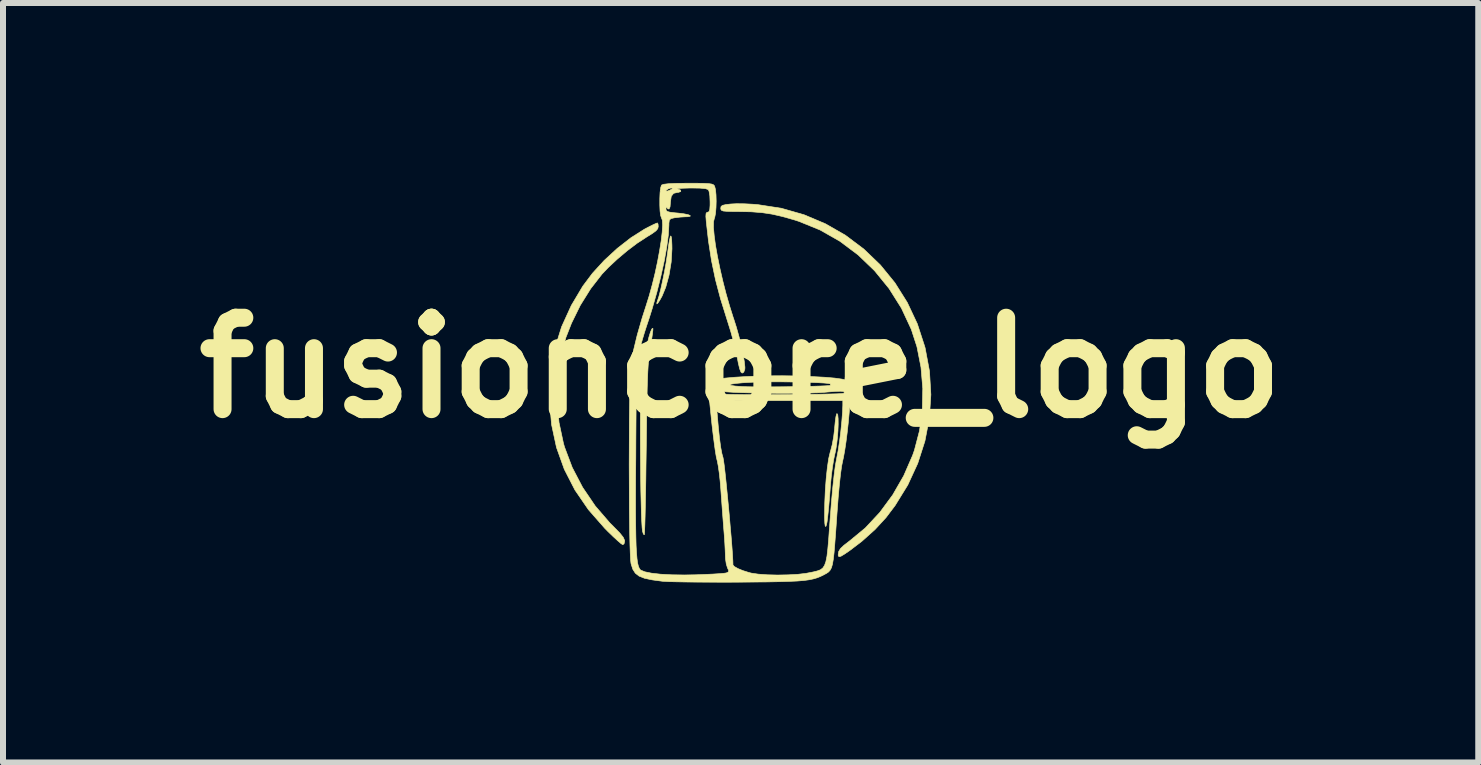
<source format=kicad_pcb>
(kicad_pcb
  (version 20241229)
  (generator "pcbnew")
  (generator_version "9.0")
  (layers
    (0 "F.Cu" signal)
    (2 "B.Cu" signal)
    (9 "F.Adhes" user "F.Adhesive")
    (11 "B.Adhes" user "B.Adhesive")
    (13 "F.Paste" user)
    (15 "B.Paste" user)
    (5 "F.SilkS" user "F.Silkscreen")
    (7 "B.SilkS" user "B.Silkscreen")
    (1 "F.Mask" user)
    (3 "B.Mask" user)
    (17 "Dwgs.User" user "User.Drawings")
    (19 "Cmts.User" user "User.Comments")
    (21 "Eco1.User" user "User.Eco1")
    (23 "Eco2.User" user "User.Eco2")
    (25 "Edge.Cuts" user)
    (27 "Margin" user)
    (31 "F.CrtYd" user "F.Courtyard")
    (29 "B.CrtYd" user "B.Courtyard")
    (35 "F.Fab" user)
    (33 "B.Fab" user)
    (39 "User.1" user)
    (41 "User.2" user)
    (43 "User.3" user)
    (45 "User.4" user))
  (footprint "fusioncore_logo"
    (layer "F.Cu")
    (at 9.296 3.081)
    (property "Reference" "fusioncore_logo" (at 0 0 0) (layer "F.SilkS") (effects (font (size 1.524 1.524) (thickness 0.3))))
    (attr through_hole)
    (fp_poly (pts (xy -1.156 -2.185) (xy -1.149 -2.131) (xy -1.145 -2.046) (xy -1.144 -1.982) (xy -1.157 -1.763) (xy -1.193 -1.544) (xy -1.248 -1.343) (xy -1.309 -1.195) (xy -1.348 -1.125) (xy -1.378 -1.08) (xy -1.396 -1.065) (xy -1.396 -1.085) (xy -1.387 -1.112) (xy -1.361 -1.192) (xy -1.331 -1.309) (xy -1.3 -1.45) (xy -1.269 -1.601) (xy -1.242 -1.749) (xy -1.222 -1.88) (xy -1.217 -1.916) (xy -1.202 -2.027) (xy -1.187 -2.119) (xy -1.173 -2.18) (xy -1.165 -2.198) (xy -1.156 -2.185)) (stroke (width 0.01) (type solid)) (fill yes) (layer "F.SilkS"))
    (fp_poly (pts (xy 1.62 0.786) (xy 1.626 0.849) (xy 1.627 0.941) (xy 1.623 1.05) (xy 1.614 1.167) (xy 1.601 1.28) (xy 1.585 1.379) (xy 1.574 1.426) (xy 1.554 1.519) (xy 1.533 1.646) (xy 1.514 1.789) (xy 1.501 1.922) (xy 1.485 2.131) (xy 1.471 2.294) (xy 1.459 2.419) (xy 1.449 2.51) (xy 1.441 2.573) (xy 1.432 2.614) (xy 1.424 2.639) (xy 1.421 2.644) (xy 1.411 2.641) (xy 1.404 2.592) (xy 1.4 2.503) (xy 1.4 2.466) (xy 1.403 2.255) (xy 1.412 2.044) (xy 1.427 1.845) (xy 1.446 1.665) (xy 1.468 1.515) (xy 1.494 1.405) (xy 1.5 1.386) (xy 1.528 1.279) (xy 1.552 1.145) (xy 1.568 1.007) (xy 1.568 0.998) (xy 1.578 0.896) (xy 1.589 0.816) (xy 1.601 0.77) (xy 1.607 0.763) (xy 1.62 0.786)) (stroke (width 0.01) (type solid)) (fill yes) (layer "F.SilkS"))
    (fp_poly (pts (xy -1.462 -0.657) (xy -1.462 -0.63) (xy -1.47 -0.562) (xy -1.484 -0.464) (xy -1.503 -0.347) (xy -1.504 -0.342) (xy -1.516 -0.271) (xy -1.525 -0.199) (xy -1.534 -0.121) (xy -1.541 -0.033) (xy -1.547 0.071) (xy -1.552 0.195) (xy -1.557 0.345) (xy -1.561 0.525) (xy -1.565 0.74) (xy -1.568 0.995) (xy -1.572 1.294) (xy -1.573 1.365) (xy -1.577 1.627) (xy -1.58 1.874) (xy -1.584 2.101) (xy -1.588 2.303) (xy -1.592 2.476) (xy -1.596 2.615) (xy -1.6 2.715) (xy -1.603 2.772) (xy -1.605 2.783) (xy -1.62 2.773) (xy -1.635 2.726) (xy -1.636 2.722) (xy -1.642 2.663) (xy -1.648 2.561) (xy -1.654 2.421) (xy -1.658 2.25) (xy -1.663 2.054) (xy -1.666 1.84) (xy -1.668 1.616) (xy -1.67 1.386) (xy -1.671 1.158) (xy -1.671 0.939) (xy -1.67 0.734) (xy -1.667 0.552) (xy -1.664 0.397) (xy -1.66 0.277) (xy -1.655 0.203) (xy -1.637 0.053) (xy -1.613 -0.1) (xy -1.587 -0.249) (xy -1.559 -0.385) (xy -1.531 -0.502) (xy -1.504 -0.591) (xy -1.481 -0.646) (xy -1.463 -0.658) (xy -1.462 -0.657)) (stroke (width 0.01) (type solid)) (fill yes) (layer "F.SilkS"))
    (fp_poly (pts (xy -1.376 -2.394) (xy -1.373 -2.354) (xy -1.381 -2.319) (xy -1.411 -2.283) (xy -1.471 -2.239) (xy -1.568 -2.179) (xy -1.575 -2.174) (xy -1.724 -2.077) (xy -1.888 -1.953) (xy -2.054 -1.813) (xy -2.206 -1.671) (xy -2.311 -1.561) (xy -2.499 -1.319) (xy -2.672 -1.042) (xy -2.819 -0.743) (xy -2.913 -0.503) (xy -3.002 -0.168) (xy -3.051 0.187) (xy -3.06 0.551) (xy -3.027 0.912) (xy -2.953 1.26) (xy -2.935 1.322) (xy -2.807 1.662) (xy -2.634 1.993) (xy -2.423 2.304) (xy -2.18 2.586) (xy -2.113 2.653) (xy -2.015 2.753) (xy -1.956 2.827) (xy -1.933 2.88) (xy -1.932 2.888) (xy -1.943 2.935) (xy -1.964 2.949) (xy -1.992 2.932) (xy -2.048 2.884) (xy -2.125 2.813) (xy -2.217 2.724) (xy -2.264 2.676) (xy -2.537 2.365) (xy -2.762 2.037) (xy -2.939 1.692) (xy -3.069 1.329) (xy -3.151 0.948) (xy -3.186 0.549) (xy -3.187 0.458) (xy -3.165 0.061) (xy -3.098 -0.318) (xy -2.984 -0.683) (xy -2.822 -1.039) (xy -2.631 -1.36) (xy -2.469 -1.576) (xy -2.274 -1.789) (xy -2.056 -1.99) (xy -1.829 -2.167) (xy -1.604 -2.31) (xy -1.545 -2.341) (xy -1.468 -2.38) (xy -1.411 -2.406) (xy -1.386 -2.415) (xy -1.376 -2.394)) (stroke (width 0.01) (type solid)) (fill yes) (layer "F.SilkS"))
    (fp_poly (pts (xy 0.057 -2.734) (xy 0.196 -2.727) (xy 0.285 -2.72) (xy 0.68 -2.659) (xy 1.058 -2.551) (xy 1.415 -2.4) (xy 1.748 -2.209) (xy 2.054 -1.979) (xy 2.33 -1.714) (xy 2.573 -1.416) (xy 2.779 -1.088) (xy 2.946 -0.733) (xy 3.07 -0.353) (xy 3.076 -0.332) (xy 3.149 0.057) (xy 3.172 0.448) (xy 3.147 0.837) (xy 3.073 1.221) (xy 2.953 1.594) (xy 2.787 1.954) (xy 2.576 2.296) (xy 2.425 2.496) (xy 2.242 2.695) (xy 2.022 2.892) (xy 1.82 3.046) (xy 1.729 3.108) (xy 1.672 3.142) (xy 1.64 3.149) (xy 1.628 3.131) (xy 1.627 3.117) (xy 1.635 3.064) (xy 1.665 3.014) (xy 1.724 2.958) (xy 1.814 2.889) (xy 2.078 2.671) (xy 2.32 2.412) (xy 2.536 2.119) (xy 2.72 1.799) (xy 2.868 1.459) (xy 2.898 1.373) (xy 2.983 1.048) (xy 3.029 0.702) (xy 3.037 0.346) (xy 3.007 -0.009) (xy 2.94 -0.35) (xy 2.846 -0.64) (xy 2.681 -0.994) (xy 2.475 -1.321) (xy 2.233 -1.618) (xy 1.958 -1.882) (xy 1.654 -2.11) (xy 1.325 -2.297) (xy 0.974 -2.44) (xy 0.903 -2.463) (xy 0.7 -2.521) (xy 0.525 -2.561) (xy 0.359 -2.586) (xy 0.183 -2.6) (xy -0.006 -2.604) (xy -0.14 -2.605) (xy -0.23 -2.608) (xy -0.287 -2.613) (xy -0.316 -2.623) (xy -0.328 -2.639) (xy -0.331 -2.66) (xy -0.325 -2.69) (xy -0.3 -2.708) (xy -0.245 -2.721) (xy -0.166 -2.73) (xy -0.071 -2.735) (xy 0.057 -2.734)) (stroke (width 0.01) (type solid)) (fill yes) (layer "F.SilkS"))
    (fp_poly (pts (xy -0.718 -3.076) (xy -0.607 -3.074) (xy -0.531 -3.07) (xy -0.483 -3.063) (xy -0.454 -3.052) (xy -0.438 -3.036) (xy -0.433 -3.027) (xy -0.419 -2.973) (xy -0.41 -2.885) (xy -0.407 -2.779) (xy -0.41 -2.671) (xy -0.418 -2.575) (xy -0.431 -2.508) (xy -0.437 -2.493) (xy -0.451 -2.436) (xy -0.452 -2.336) (xy -0.44 -2.202) (xy -0.418 -2.038) (xy -0.385 -1.853) (xy -0.344 -1.653) (xy -0.296 -1.444) (xy -0.242 -1.234) (xy -0.183 -1.029) (xy -0.122 -0.835) (xy -0.116 -0.819) (xy -0.071 -0.678) (xy -0.028 -0.525) (xy 0.01 -0.371) (xy 0.041 -0.226) (xy 0.062 -0.103) (xy 0.072 -0.011) (xy 0.071 0.023) (xy 0.053 0.073) (xy 0.027 0.089) (xy 0.006 0.072) (xy -0.015 0.019) (xy -0.038 -0.076) (xy -0.055 -0.166) (xy -0.08 -0.286) (xy -0.118 -0.437) (xy -0.163 -0.601) (xy -0.213 -0.761) (xy -0.226 -0.802) (xy -0.334 -1.148) (xy -0.419 -1.47) (xy -0.485 -1.786) (xy -0.536 -2.116) (xy -0.572 -2.434) (xy -0.579 -2.523) (xy -0.576 -2.571) (xy -0.562 -2.591) (xy -0.548 -2.593) (xy -0.526 -2.603) (xy -0.514 -2.639) (xy -0.509 -2.71) (xy -0.509 -2.766) (xy -0.513 -2.865) (xy -0.525 -2.938) (xy -0.539 -2.97) (xy -0.584 -2.986) (xy -0.679 -2.995) (xy -0.824 -2.997) (xy -0.838 -2.997) (xy -0.941 -2.994) (xy -1.014 -2.991) (xy -1.052 -2.986) (xy -1.049 -2.982) (xy -1.001 -2.962) (xy -0.997 -2.938) (xy -1.037 -2.924) (xy -1.05 -2.924) (xy -1.117 -2.908) (xy -1.156 -2.858) (xy -1.169 -2.767) (xy -1.17 -2.754) (xy -1.176 -2.682) (xy -1.193 -2.646) (xy -1.215 -2.651) (xy -1.229 -2.676) (xy -1.239 -2.681) (xy -1.244 -2.652) (xy -1.241 -2.624) (xy -1.222 -2.606) (xy -1.179 -2.594) (xy -1.099 -2.584) (xy -1.042 -2.579) (xy -0.946 -2.567) (xy -0.876 -2.553) (xy -0.84 -2.538) (xy -0.841 -2.525) (xy -0.885 -2.518) (xy -0.922 -2.517) (xy -1.006 -2.512) (xy -1.096 -2.501) (xy -1.1 -2.501) (xy -1.161 -2.487) (xy -1.188 -2.462) (xy -1.195 -2.409) (xy -1.195 -2.384) (xy -1.204 -2.218) (xy -1.231 -2.014) (xy -1.273 -1.781) (xy -1.329 -1.526) (xy -1.396 -1.259) (xy -1.473 -0.989) (xy -1.524 -0.826) (xy -1.567 -0.698) (xy -1.603 -0.586) (xy -1.633 -0.486) (xy -1.659 -0.394) (xy -1.68 -0.304) (xy -1.697 -0.21) (xy -1.711 -0.11) (xy -1.721 0.004) (xy -1.729 0.135) (xy -1.735 0.289) (xy -1.739 0.47) (xy -1.742 0.684) (xy -1.744 0.935) (xy -1.746 1.229) (xy -1.747 1.47) (xy -1.75 1.826) (xy -1.751 2.134) (xy -1.751 2.399) (xy -1.749 2.623) (xy -1.746 2.809) (xy -1.742 2.963) (xy -1.735 3.086) (xy -1.727 3.182) (xy -1.717 3.254) (xy -1.704 3.307) (xy -1.689 3.343) (xy -1.672 3.367) (xy -1.665 3.373) (xy -1.597 3.401) (xy -1.485 3.424) (xy -1.334 3.441) (xy -1.149 3.451) (xy -0.937 3.454) (xy -0.749 3.451) (xy -0.598 3.445) (xy -0.462 3.439) (xy -0.35 3.432) (xy -0.272 3.425) (xy -0.238 3.42) (xy -0.202 3.403) (xy -0.2 3.376) (xy -0.219 3.335) (xy -0.239 3.27) (xy -0.252 3.181) (xy -0.254 3.127) (xy -0.257 3.043) (xy -0.263 2.926) (xy -0.272 2.793) (xy -0.28 2.695) (xy -0.291 2.553) (xy -0.304 2.382) (xy -0.317 2.203) (xy -0.329 2.037) (xy -0.329 2.034) (xy -0.341 1.89) (xy -0.356 1.753) (xy -0.373 1.636) (xy -0.389 1.552) (xy -0.393 1.538) (xy -0.406 1.481) (xy -0.422 1.384) (xy -0.44 1.254) (xy -0.459 1.104) (xy -0.478 0.942) (xy -0.495 0.777) (xy -0.511 0.62) (xy -0.518 0.547) (xy -0.408 0.547) (xy -0.393 0.737) (xy -0.372 0.979) (xy -0.352 1.173) (xy -0.332 1.323) (xy -0.311 1.434) (xy -0.293 1.497) (xy -0.285 1.54) (xy -0.273 1.626) (xy -0.259 1.747) (xy -0.243 1.897) (xy -0.226 2.068) (xy -0.208 2.252) (xy -0.19 2.442) (xy -0.174 2.631) (xy -0.158 2.811) (xy -0.145 2.974) (xy -0.135 3.114) (xy -0.129 3.222) (xy -0.127 3.287) (xy -0.105 3.313) (xy -0.045 3.347) (xy 0.038 3.381) (xy 0.133 3.411) (xy 0.178 3.423) (xy 0.294 3.44) (xy 0.445 3.451) (xy 0.616 3.455) (xy 0.79 3.452) (xy 0.954 3.443) (xy 1.09 3.427) (xy 1.131 3.419) (xy 1.213 3.403) (xy 1.278 3.387) (xy 1.33 3.368) (xy 1.369 3.339) (xy 1.399 3.295) (xy 1.422 3.23) (xy 1.44 3.14) (xy 1.454 3.019) (xy 1.468 2.861) (xy 1.482 2.661) (xy 1.493 2.514) (xy 1.515 2.235) (xy 1.537 1.992) (xy 1.559 1.788) (xy 1.58 1.628) (xy 1.601 1.514) (xy 1.601 1.513) (xy 1.625 1.387) (xy 1.649 1.229) (xy 1.671 1.056) (xy 1.688 0.884) (xy 1.7 0.73) (xy 1.704 0.622) (xy 1.704 0.547) (xy -0.408 0.547) (xy -0.518 0.547) (xy -0.523 0.481) (xy -0.529 0.403) (xy -0.407 0.403) (xy -0.384 0.419) (xy -0.324 0.433) (xy -0.261 0.44) (xy -0.188 0.444) (xy -0.078 0.446) (xy 0.063 0.448) (xy 0.228 0.449) (xy 0.41 0.449) (xy 0.602 0.448) (xy 0.799 0.447) (xy 0.992 0.445) (xy 1.176 0.443) (xy 1.344 0.44) (xy 1.489 0.437) (xy 1.604 0.434) (xy 1.682 0.43) (xy 1.718 0.426) (xy 1.719 0.425) (xy 1.73 0.406) (xy 1.714 0.395) (xy 1.666 0.391) (xy 1.58 0.394) (xy 1.45 0.404) (xy 1.396 0.409) (xy 1.291 0.416) (xy 1.151 0.421) (xy 0.983 0.424) (xy 0.796 0.425) (xy 0.6 0.425) (xy 0.401 0.423) (xy 0.21 0.419) (xy 0.034 0.415) (xy -0.118 0.409) (xy -0.238 0.401) (xy -0.316 0.393) (xy -0.324 0.391) (xy -0.385 0.387) (xy -0.407 0.403) (xy -0.529 0.403) (xy -0.531 0.369) (xy -0.534 0.301) (xy -0.53 0.284) (xy -0.178 0.284) (xy -0.157 0.295) (xy -0.087 0.305) (xy 0.025 0.313) (xy 0.107 0.316) (xy 0.223 0.318) (xy 0.363 0.319) (xy 0.522 0.318) (xy 0.69 0.317) (xy 0.861 0.315) (xy 1.025 0.312) (xy 1.177 0.309) (xy 1.308 0.305) (xy 1.409 0.301) (xy 1.474 0.297) (xy 1.495 0.293) (xy 1.498 0.269) (xy 1.497 0.269) (xy 1.466 0.261) (xy 1.391 0.254) (xy 1.282 0.248) (xy 1.146 0.243) (xy 0.991 0.239) (xy 0.825 0.236) (xy 0.657 0.234) (xy 0.494 0.234) (xy 0.344 0.236) (xy 0.216 0.24) (xy 0.195 0.241) (xy 0.035 0.25) (xy -0.081 0.261) (xy -0.152 0.272) (xy -0.178 0.284) (xy -0.53 0.284) (xy -0.522 0.247) (xy -0.476 0.214) (xy -0.456 0.207) (xy -0.378 0.189) (xy -0.257 0.172) (xy -0.102 0.158) (xy 0.08 0.147) (xy 0.279 0.139) (xy 0.489 0.134) (xy 0.701 0.133) (xy 0.907 0.136) (xy 0.941 0.137) (xy 1.197 0.147) (xy 1.406 0.158) (xy 1.569 0.172) (xy 1.691 0.189) (xy 1.773 0.208) (xy 1.818 0.231) (xy 1.821 0.234) (xy 1.83 0.27) (xy 1.832 0.349) (xy 1.829 0.461) (xy 1.822 0.598) (xy 1.81 0.753) (xy 1.795 0.917) (xy 1.777 1.081) (xy 1.757 1.237) (xy 1.736 1.377) (xy 1.715 1.493) (xy 1.705 1.538) (xy 1.685 1.635) (xy 1.666 1.769) (xy 1.647 1.944) (xy 1.627 2.162) (xy 1.607 2.427) (xy 1.6 2.53) (xy 1.584 2.758) (xy 1.57 2.941) (xy 1.558 3.085) (xy 1.545 3.195) (xy 1.531 3.276) (xy 1.514 3.334) (xy 1.492 3.375) (xy 1.466 3.404) (xy 1.432 3.427) (xy 1.391 3.449) (xy 1.386 3.452) (xy 1.331 3.479) (xy 1.276 3.501) (xy 1.215 3.519) (xy 1.143 3.534) (xy 1.055 3.546) (xy 0.945 3.555) (xy 0.809 3.561) (xy 0.641 3.566) (xy 0.437 3.57) (xy 0.191 3.572) (xy -0.038 3.574) (xy -0.275 3.575) (xy -0.503 3.574) (xy -0.716 3.573) (xy -0.907 3.571) (xy -1.069 3.568) (xy -1.196 3.565) (xy -1.282 3.56) (xy -1.302 3.559) (xy -1.473 3.536) (xy -1.601 3.509) (xy -1.692 3.473) (xy -1.755 3.424) (xy -1.797 3.358) (xy -1.825 3.271) (xy -1.828 3.256) (xy -1.834 3.202) (xy -1.839 3.102) (xy -1.844 2.963) (xy -1.848 2.79) (xy -1.851 2.588) (xy -1.854 2.364) (xy -1.855 2.122) (xy -1.856 1.869) (xy -1.857 1.61) (xy -1.856 1.35) (xy -1.855 1.096) (xy -1.854 0.853) (xy -1.851 0.626) (xy -1.848 0.422) (xy -1.844 0.245) (xy -1.839 0.101) (xy -1.834 -0.004) (xy -1.829 -0.059) (xy -1.786 -0.287) (xy -1.723 -0.547) (xy -1.642 -0.828) (xy -1.578 -1.027) (xy -1.524 -1.199) (xy -1.473 -1.384) (xy -1.426 -1.575) (xy -1.385 -1.766) (xy -1.351 -1.949) (xy -1.324 -2.117) (xy -1.307 -2.263) (xy -1.3 -2.381) (xy -1.305 -2.462) (xy -1.319 -2.498) (xy -1.333 -2.538) (xy -1.343 -2.614) (xy -1.347 -2.713) (xy -1.347 -2.819) (xy -1.343 -2.919) (xy -1.339 -2.95) (xy -1.246 -2.95) (xy -1.227 -2.944) (xy -1.184 -2.958) (xy -1.142 -2.982) (xy -1.131 -2.996) (xy -1.162 -2.997) (xy -1.207 -2.982) (xy -1.241 -2.959) (xy -1.246 -2.95) (xy -1.339 -2.95) (xy -1.333 -2.999) (xy -1.319 -3.044) (xy -1.317 -3.046) (xy -1.283 -3.059) (xy -1.207 -3.068) (xy -1.088 -3.074) (xy -0.922 -3.076) (xy -0.873 -3.076) (xy -0.718 -3.076)) (stroke (width 0.01) (type solid)) (fill yes) (layer "F.SilkS")))
  (gr_rect
    (start -3 -3)
    (end 21.593 9.661)
    (stroke (width 0.1) (type default))
    (fill no)
    (layer "Edge.Cuts")))
</source>
